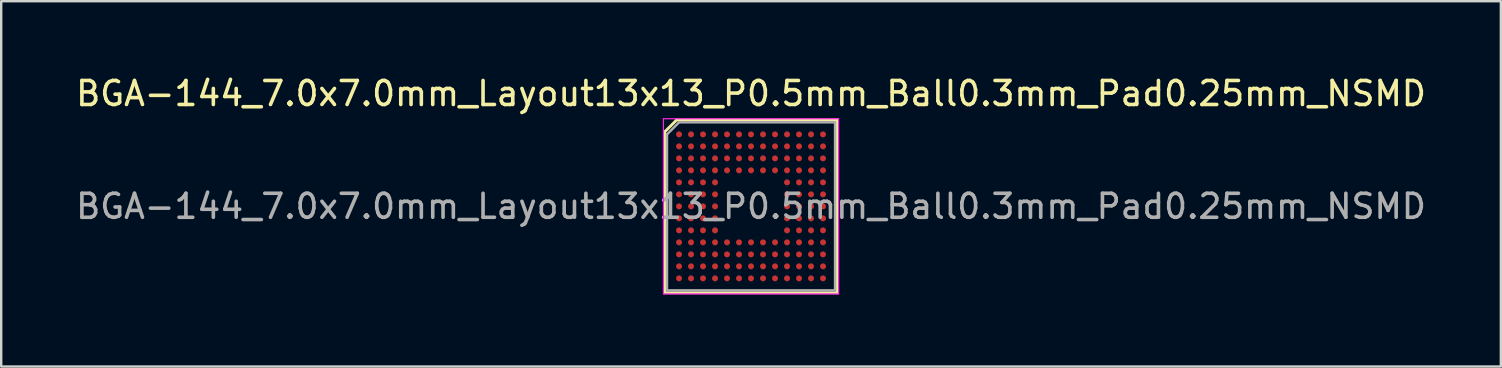
<source format=kicad_pcb>
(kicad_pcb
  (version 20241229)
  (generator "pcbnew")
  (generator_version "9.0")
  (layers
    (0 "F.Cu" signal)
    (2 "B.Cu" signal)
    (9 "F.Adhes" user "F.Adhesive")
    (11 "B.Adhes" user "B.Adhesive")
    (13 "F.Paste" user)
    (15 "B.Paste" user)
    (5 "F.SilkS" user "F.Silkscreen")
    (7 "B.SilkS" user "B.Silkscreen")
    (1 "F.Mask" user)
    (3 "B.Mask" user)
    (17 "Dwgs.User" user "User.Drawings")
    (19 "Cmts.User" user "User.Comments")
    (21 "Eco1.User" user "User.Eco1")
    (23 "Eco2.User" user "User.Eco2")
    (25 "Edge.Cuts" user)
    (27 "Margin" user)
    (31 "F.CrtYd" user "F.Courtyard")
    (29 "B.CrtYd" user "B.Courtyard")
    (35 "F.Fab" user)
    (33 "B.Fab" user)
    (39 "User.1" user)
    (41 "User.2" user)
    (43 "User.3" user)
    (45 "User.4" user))
  (footprint "BGA-144_7.0x7.0mm_Layout13x13_P0.5mm_Ball0.3mm_Pad0.25mm_NSMD"
    (layer "F.Cu")
    (at 28.244 5.548)
    (property "Reference" "BGA-144_7.0x7.0mm_Layout13x13_P0.5mm_Ball0.3mm_Pad0.25mm_NSMD" (at 0 -4.7 0) (layer "F.SilkS") (effects (font (size 1 1) (thickness 0.15))))
    (attr smd)
    (fp_line (start -3.6 -3.1) (end -3.6 3.6) (stroke (width 0.12) (type solid)) (layer "F.SilkS"))
    (fp_line (start -3.6 3.6) (end 3.6 3.6) (stroke (width 0.12) (type solid)) (layer "F.SilkS"))
    (fp_line (start -3.1 -3.6) (end -3.6 -3.1) (stroke (width 0.12) (type solid)) (layer "F.SilkS"))
    (fp_line (start 3.6 -3.6) (end -3.1 -3.6) (stroke (width 0.12) (type solid)) (layer "F.SilkS"))
    (fp_line (start 3.6 3.6) (end 3.6 -3.6) (stroke (width 0.12) (type solid)) (layer "F.SilkS"))
    (fp_line (start -3.65 -3.65) (end 3.65 -3.65) (stroke (width 0.05) (type solid)) (layer "F.CrtYd"))
    (fp_line (start -3.65 3.65) (end -3.65 -3.65) (stroke (width 0.05) (type solid)) (layer "F.CrtYd"))
    (fp_line (start 3.65 -3.65) (end 3.65 3.65) (stroke (width 0.05) (type solid)) (layer "F.CrtYd"))
    (fp_line (start 3.65 3.65) (end -3.65 3.65) (stroke (width 0.05) (type solid)) (layer "F.CrtYd"))
    (fp_line (start -3.5 -3) (end -3.5 3.5) (stroke (width 0.1) (type solid)) (layer "F.Fab"))
    (fp_line (start -3.5 3.5) (end 3.5 3.5) (stroke (width 0.1) (type solid)) (layer "F.Fab"))
    (fp_line (start -3 -3.5) (end -3.5 -3) (stroke (width 0.1) (type solid)) (layer "F.Fab"))
    (fp_line (start 3.5 -3.5) (end -3 -3.5) (stroke (width 0.1) (type solid)) (layer "F.Fab"))
    (fp_line (start 3.5 3.5) (end 3.5 -3.5) (stroke (width 0.1) (type solid)) (layer "F.Fab"))
    (fp_text user "${REFERENCE}" (at 0 0 0) (layer "F.Fab") (effects (font (size 1 1) (thickness 0.15))))
    (pad "A1" smd circle (at -3 -3) (size 0.25 0.25) (layers "F.Cu" "F.Mask" "F.Paste"))
    (pad "A2" smd circle (at -2.5 -3) (size 0.25 0.25) (layers "F.Cu" "F.Mask" "F.Paste"))
    (pad "A3" smd circle (at -2 -3) (size 0.25 0.25) (layers "F.Cu" "F.Mask" "F.Paste"))
    (pad "A4" smd circle (at -1.5 -3) (size 0.25 0.25) (layers "F.Cu" "F.Mask" "F.Paste"))
    (pad "A5" smd circle (at -1 -3) (size 0.25 0.25) (layers "F.Cu" "F.Mask" "F.Paste"))
    (pad "A6" smd circle (at -0.5 -3) (size 0.25 0.25) (layers "F.Cu" "F.Mask" "F.Paste"))
    (pad "A7" smd circle (at 0 -3) (size 0.25 0.25) (layers "F.Cu" "F.Mask" "F.Paste"))
    (pad "A8" smd circle (at 0.5 -3) (size 0.25 0.25) (layers "F.Cu" "F.Mask" "F.Paste"))
    (pad "A9" smd circle (at 1 -3) (size 0.25 0.25) (layers "F.Cu" "F.Mask" "F.Paste"))
    (pad "A10" smd circle (at 1.5 -3) (size 0.25 0.25) (layers "F.Cu" "F.Mask" "F.Paste"))
    (pad "A11" smd circle (at 2 -3) (size 0.25 0.25) (layers "F.Cu" "F.Mask" "F.Paste"))
    (pad "A12" smd circle (at 2.5 -3) (size 0.25 0.25) (layers "F.Cu" "F.Mask" "F.Paste"))
    (pad "A13" smd circle (at 3 -3) (size 0.25 0.25) (layers "F.Cu" "F.Mask" "F.Paste"))
    (pad "B1" smd circle (at -3 -2.5) (size 0.25 0.25) (layers "F.Cu" "F.Mask" "F.Paste"))
    (pad "B2" smd circle (at -2.5 -2.5) (size 0.25 0.25) (layers "F.Cu" "F.Mask" "F.Paste"))
    (pad "B3" smd circle (at -2 -2.5) (size 0.25 0.25) (layers "F.Cu" "F.Mask" "F.Paste"))
    (pad "B4" smd circle (at -1.5 -2.5) (size 0.25 0.25) (layers "F.Cu" "F.Mask" "F.Paste"))
    (pad "B5" smd circle (at -1 -2.5) (size 0.25 0.25) (layers "F.Cu" "F.Mask" "F.Paste"))
    (pad "B6" smd circle (at -0.5 -2.5) (size 0.25 0.25) (layers "F.Cu" "F.Mask" "F.Paste"))
    (pad "B7" smd circle (at 0 -2.5) (size 0.25 0.25) (layers "F.Cu" "F.Mask" "F.Paste"))
    (pad "B8" smd circle (at 0.5 -2.5) (size 0.25 0.25) (layers "F.Cu" "F.Mask" "F.Paste"))
    (pad "B9" smd circle (at 1 -2.5) (size 0.25 0.25) (layers "F.Cu" "F.Mask" "F.Paste"))
    (pad "B10" smd circle (at 1.5 -2.5) (size 0.25 0.25) (layers "F.Cu" "F.Mask" "F.Paste"))
    (pad "B11" smd circle (at 2 -2.5) (size 0.25 0.25) (layers "F.Cu" "F.Mask" "F.Paste"))
    (pad "B12" smd circle (at 2.5 -2.5) (size 0.25 0.25) (layers "F.Cu" "F.Mask" "F.Paste"))
    (pad "B13" smd circle (at 3 -2.5) (size 0.25 0.25) (layers "F.Cu" "F.Mask" "F.Paste"))
    (pad "C1" smd circle (at -3 -2) (size 0.25 0.25) (layers "F.Cu" "F.Mask" "F.Paste"))
    (pad "C2" smd circle (at -2.5 -2) (size 0.25 0.25) (layers "F.Cu" "F.Mask" "F.Paste"))
    (pad "C3" smd circle (at -2 -2) (size 0.25 0.25) (layers "F.Cu" "F.Mask" "F.Paste"))
    (pad "C4" smd circle (at -1.5 -2) (size 0.25 0.25) (layers "F.Cu" "F.Mask" "F.Paste"))
    (pad "C5" smd circle (at -1 -2) (size 0.25 0.25) (layers "F.Cu" "F.Mask" "F.Paste"))
    (pad "C6" smd circle (at -0.5 -2) (size 0.25 0.25) (layers "F.Cu" "F.Mask" "F.Paste"))
    (pad "C7" smd circle (at 0 -2) (size 0.25 0.25) (layers "F.Cu" "F.Mask" "F.Paste"))
    (pad "C8" smd circle (at 0.5 -2) (size 0.25 0.25) (layers "F.Cu" "F.Mask" "F.Paste"))
    (pad "C9" smd circle (at 1 -2) (size 0.25 0.25) (layers "F.Cu" "F.Mask" "F.Paste"))
    (pad "C10" smd circle (at 1.5 -2) (size 0.25 0.25) (layers "F.Cu" "F.Mask" "F.Paste"))
    (pad "C11" smd circle (at 2 -2) (size 0.25 0.25) (layers "F.Cu" "F.Mask" "F.Paste"))
    (pad "C12" smd circle (at 2.5 -2) (size 0.25 0.25) (layers "F.Cu" "F.Mask" "F.Paste"))
    (pad "C13" smd circle (at 3 -2) (size 0.25 0.25) (layers "F.Cu" "F.Mask" "F.Paste"))
    (pad "D1" smd circle (at -3 -1.5) (size 0.25 0.25) (layers "F.Cu" "F.Mask" "F.Paste"))
    (pad "D2" smd circle (at -2.5 -1.5) (size 0.25 0.25) (layers "F.Cu" "F.Mask" "F.Paste"))
    (pad "D3" smd circle (at -2 -1.5) (size 0.25 0.25) (layers "F.Cu" "F.Mask" "F.Paste"))
    (pad "D4" smd circle (at -1.5 -1.5) (size 0.25 0.25) (layers "F.Cu" "F.Mask" "F.Paste"))
    (pad "D5" smd circle (at -1 -1.5) (size 0.25 0.25) (layers "F.Cu" "F.Mask" "F.Paste"))
    (pad "D6" smd circle (at -0.5 -1.5) (size 0.25 0.25) (layers "F.Cu" "F.Mask" "F.Paste"))
    (pad "D7" smd circle (at 0 -1.5) (size 0.25 0.25) (layers "F.Cu" "F.Mask" "F.Paste"))
    (pad "D8" smd circle (at 0.5 -1.5) (size 0.25 0.25) (layers "F.Cu" "F.Mask" "F.Paste"))
    (pad "D9" smd circle (at 1 -1.5) (size 0.25 0.25) (layers "F.Cu" "F.Mask" "F.Paste"))
    (pad "D10" smd circle (at 1.5 -1.5) (size 0.25 0.25) (layers "F.Cu" "F.Mask" "F.Paste"))
    (pad "D11" smd circle (at 2 -1.5) (size 0.25 0.25) (layers "F.Cu" "F.Mask" "F.Paste"))
    (pad "D12" smd circle (at 2.5 -1.5) (size 0.25 0.25) (layers "F.Cu" "F.Mask" "F.Paste"))
    (pad "D13" smd circle (at 3 -1.5) (size 0.25 0.25) (layers "F.Cu" "F.Mask" "F.Paste"))
    (pad "E1" smd circle (at -3 -1) (size 0.25 0.25) (layers "F.Cu" "F.Mask" "F.Paste"))
    (pad "E2" smd circle (at -2.5 -1) (size 0.25 0.25) (layers "F.Cu" "F.Mask" "F.Paste"))
    (pad "E3" smd circle (at -2 -1) (size 0.25 0.25) (layers "F.Cu" "F.Mask" "F.Paste"))
    (pad "E4" smd circle (at -1.5 -1) (size 0.25 0.25) (layers "F.Cu" "F.Mask" "F.Paste"))
    (pad "E10" smd circle (at 1.5 -1) (size 0.25 0.25) (layers "F.Cu" "F.Mask" "F.Paste"))
    (pad "E11" smd circle (at 2 -1) (size 0.25 0.25) (layers "F.Cu" "F.Mask" "F.Paste"))
    (pad "E12" smd circle (at 2.5 -1) (size 0.25 0.25) (layers "F.Cu" "F.Mask" "F.Paste"))
    (pad "E13" smd circle (at 3 -1) (size 0.25 0.25) (layers "F.Cu" "F.Mask" "F.Paste"))
    (pad "F1" smd circle (at -3 -0.5) (size 0.25 0.25) (layers "F.Cu" "F.Mask" "F.Paste"))
    (pad "F2" smd circle (at -2.5 -0.5) (size 0.25 0.25) (layers "F.Cu" "F.Mask" "F.Paste"))
    (pad "F3" smd circle (at -2 -0.5) (size 0.25 0.25) (layers "F.Cu" "F.Mask" "F.Paste"))
    (pad "F4" smd circle (at -1.5 -0.5) (size 0.25 0.25) (layers "F.Cu" "F.Mask" "F.Paste"))
    (pad "F10" smd circle (at 1.5 -0.5) (size 0.25 0.25) (layers "F.Cu" "F.Mask" "F.Paste"))
    (pad "F11" smd circle (at 2 -0.5) (size 0.25 0.25) (layers "F.Cu" "F.Mask" "F.Paste"))
    (pad "F12" smd circle (at 2.5 -0.5) (size 0.25 0.25) (layers "F.Cu" "F.Mask" "F.Paste"))
    (pad "F13" smd circle (at 3 -0.5) (size 0.25 0.25) (layers "F.Cu" "F.Mask" "F.Paste"))
    (pad "G1" smd circle (at -3 0) (size 0.25 0.25) (layers "F.Cu" "F.Mask" "F.Paste"))
    (pad "G2" smd circle (at -2.5 0) (size 0.25 0.25) (layers "F.Cu" "F.Mask" "F.Paste"))
    (pad "G3" smd circle (at -2 0) (size 0.25 0.25) (layers "F.Cu" "F.Mask" "F.Paste"))
    (pad "G4" smd circle (at -1.5 0) (size 0.25 0.25) (layers "F.Cu" "F.Mask" "F.Paste"))
    (pad "G10" smd circle (at 1.5 0) (size 0.25 0.25) (layers "F.Cu" "F.Mask" "F.Paste"))
    (pad "G11" smd circle (at 2 0) (size 0.25 0.25) (layers "F.Cu" "F.Mask" "F.Paste"))
    (pad "G12" smd circle (at 2.5 0) (size 0.25 0.25) (layers "F.Cu" "F.Mask" "F.Paste"))
    (pad "G13" smd circle (at 3 0) (size 0.25 0.25) (layers "F.Cu" "F.Mask" "F.Paste"))
    (pad "H1" smd circle (at -3 0.5) (size 0.25 0.25) (layers "F.Cu" "F.Mask" "F.Paste"))
    (pad "H2" smd circle (at -2.5 0.5) (size 0.25 0.25) (layers "F.Cu" "F.Mask" "F.Paste"))
    (pad "H3" smd circle (at -2 0.5) (size 0.25 0.25) (layers "F.Cu" "F.Mask" "F.Paste"))
    (pad "H4" smd circle (at -1.5 0.5) (size 0.25 0.25) (layers "F.Cu" "F.Mask" "F.Paste"))
    (pad "H10" smd circle (at 1.5 0.5) (size 0.25 0.25) (layers "F.Cu" "F.Mask" "F.Paste"))
    (pad "H11" smd circle (at 2 0.5) (size 0.25 0.25) (layers "F.Cu" "F.Mask" "F.Paste"))
    (pad "H12" smd circle (at 2.5 0.5) (size 0.25 0.25) (layers "F.Cu" "F.Mask" "F.Paste"))
    (pad "H13" smd circle (at 3 0.5) (size 0.25 0.25) (layers "F.Cu" "F.Mask" "F.Paste"))
    (pad "J1" smd circle (at -3 1) (size 0.25 0.25) (layers "F.Cu" "F.Mask" "F.Paste"))
    (pad "J2" smd circle (at -2.5 1) (size 0.25 0.25) (layers "F.Cu" "F.Mask" "F.Paste"))
    (pad "J3" smd circle (at -2 1) (size 0.25 0.25) (layers "F.Cu" "F.Mask" "F.Paste"))
    (pad "J4" smd circle (at -1.5 1) (size 0.25 0.25) (layers "F.Cu" "F.Mask" "F.Paste"))
    (pad "J10" smd circle (at 1.5 1) (size 0.25 0.25) (layers "F.Cu" "F.Mask" "F.Paste"))
    (pad "J11" smd circle (at 2 1) (size 0.25 0.25) (layers "F.Cu" "F.Mask" "F.Paste"))
    (pad "J12" smd circle (at 2.5 1) (size 0.25 0.25) (layers "F.Cu" "F.Mask" "F.Paste"))
    (pad "J13" smd circle (at 3 1) (size 0.25 0.25) (layers "F.Cu" "F.Mask" "F.Paste"))
    (pad "K1" smd circle (at -3 1.5) (size 0.25 0.25) (layers "F.Cu" "F.Mask" "F.Paste"))
    (pad "K2" smd circle (at -2.5 1.5) (size 0.25 0.25) (layers "F.Cu" "F.Mask" "F.Paste"))
    (pad "K3" smd circle (at -2 1.5) (size 0.25 0.25) (layers "F.Cu" "F.Mask" "F.Paste"))
    (pad "K4" smd circle (at -1.5 1.5) (size 0.25 0.25) (layers "F.Cu" "F.Mask" "F.Paste"))
    (pad "K5" smd circle (at -1 1.5) (size 0.25 0.25) (layers "F.Cu" "F.Mask" "F.Paste"))
    (pad "K6" smd circle (at -0.5 1.5) (size 0.25 0.25) (layers "F.Cu" "F.Mask" "F.Paste"))
    (pad "K7" smd circle (at 0 1.5) (size 0.25 0.25) (layers "F.Cu" "F.Mask" "F.Paste"))
    (pad "K8" smd circle (at 0.5 1.5) (size 0.25 0.25) (layers "F.Cu" "F.Mask" "F.Paste"))
    (pad "K9" smd circle (at 1 1.5) (size 0.25 0.25) (layers "F.Cu" "F.Mask" "F.Paste"))
    (pad "K10" smd circle (at 1.5 1.5) (size 0.25 0.25) (layers "F.Cu" "F.Mask" "F.Paste"))
    (pad "K11" smd circle (at 2 1.5) (size 0.25 0.25) (layers "F.Cu" "F.Mask" "F.Paste"))
    (pad "K12" smd circle (at 2.5 1.5) (size 0.25 0.25) (layers "F.Cu" "F.Mask" "F.Paste"))
    (pad "K13" smd circle (at 3 1.5) (size 0.25 0.25) (layers "F.Cu" "F.Mask" "F.Paste"))
    (pad "L1" smd circle (at -3 2) (size 0.25 0.25) (layers "F.Cu" "F.Mask" "F.Paste"))
    (pad "L2" smd circle (at -2.5 2) (size 0.25 0.25) (layers "F.Cu" "F.Mask" "F.Paste"))
    (pad "L3" smd circle (at -2 2) (size 0.25 0.25) (layers "F.Cu" "F.Mask" "F.Paste"))
    (pad "L4" smd circle (at -1.5 2) (size 0.25 0.25) (layers "F.Cu" "F.Mask" "F.Paste"))
    (pad "L5" smd circle (at -1 2) (size 0.25 0.25) (layers "F.Cu" "F.Mask" "F.Paste"))
    (pad "L6" smd circle (at -0.5 2) (size 0.25 0.25) (layers "F.Cu" "F.Mask" "F.Paste"))
    (pad "L7" smd circle (at 0 2) (size 0.25 0.25) (layers "F.Cu" "F.Mask" "F.Paste"))
    (pad "L8" smd circle (at 0.5 2) (size 0.25 0.25) (layers "F.Cu" "F.Mask" "F.Paste"))
    (pad "L9" smd circle (at 1 2) (size 0.25 0.25) (layers "F.Cu" "F.Mask" "F.Paste"))
    (pad "L10" smd circle (at 1.5 2) (size 0.25 0.25) (layers "F.Cu" "F.Mask" "F.Paste"))
    (pad "L11" smd circle (at 2 2) (size 0.25 0.25) (layers "F.Cu" "F.Mask" "F.Paste"))
    (pad "L12" smd circle (at 2.5 2) (size 0.25 0.25) (layers "F.Cu" "F.Mask" "F.Paste"))
    (pad "L13" smd circle (at 3 2) (size 0.25 0.25) (layers "F.Cu" "F.Mask" "F.Paste"))
    (pad "M1" smd circle (at -3 2.5) (size 0.25 0.25) (layers "F.Cu" "F.Mask" "F.Paste"))
    (pad "M2" smd circle (at -2.5 2.5) (size 0.25 0.25) (layers "F.Cu" "F.Mask" "F.Paste"))
    (pad "M3" smd circle (at -2 2.5) (size 0.25 0.25) (layers "F.Cu" "F.Mask" "F.Paste"))
    (pad "M4" smd circle (at -1.5 2.5) (size 0.25 0.25) (layers "F.Cu" "F.Mask" "F.Paste"))
    (pad "M5" smd circle (at -1 2.5) (size 0.25 0.25) (layers "F.Cu" "F.Mask" "F.Paste"))
    (pad "M6" smd circle (at -0.5 2.5) (size 0.25 0.25) (layers "F.Cu" "F.Mask" "F.Paste"))
    (pad "M7" smd circle (at 0 2.5) (size 0.25 0.25) (layers "F.Cu" "F.Mask" "F.Paste"))
    (pad "M8" smd circle (at 0.5 2.5) (size 0.25 0.25) (layers "F.Cu" "F.Mask" "F.Paste"))
    (pad "M9" smd circle (at 1 2.5) (size 0.25 0.25) (layers "F.Cu" "F.Mask" "F.Paste"))
    (pad "M10" smd circle (at 1.5 2.5) (size 0.25 0.25) (layers "F.Cu" "F.Mask" "F.Paste"))
    (pad "M11" smd circle (at 2 2.5) (size 0.25 0.25) (layers "F.Cu" "F.Mask" "F.Paste"))
    (pad "M12" smd circle (at 2.5 2.5) (size 0.25 0.25) (layers "F.Cu" "F.Mask" "F.Paste"))
    (pad "M13" smd circle (at 3 2.5) (size 0.25 0.25) (layers "F.Cu" "F.Mask" "F.Paste"))
    (pad "N1" smd circle (at -3 3) (size 0.25 0.25) (layers "F.Cu" "F.Mask" "F.Paste"))
    (pad "N2" smd circle (at -2.5 3) (size 0.25 0.25) (layers "F.Cu" "F.Mask" "F.Paste"))
    (pad "N3" smd circle (at -2 3) (size 0.25 0.25) (layers "F.Cu" "F.Mask" "F.Paste"))
    (pad "N4" smd circle (at -1.5 3) (size 0.25 0.25) (layers "F.Cu" "F.Mask" "F.Paste"))
    (pad "N5" smd circle (at -1 3) (size 0.25 0.25) (layers "F.Cu" "F.Mask" "F.Paste"))
    (pad "N6" smd circle (at -0.5 3) (size 0.25 0.25) (layers "F.Cu" "F.Mask" "F.Paste"))
    (pad "N7" smd circle (at 0 3) (size 0.25 0.25) (layers "F.Cu" "F.Mask" "F.Paste"))
    (pad "N8" smd circle (at 0.5 3) (size 0.25 0.25) (layers "F.Cu" "F.Mask" "F.Paste"))
    (pad "N9" smd circle (at 1 3) (size 0.25 0.25) (layers "F.Cu" "F.Mask" "F.Paste"))
    (pad "N10" smd circle (at 1.5 3) (size 0.25 0.25) (layers "F.Cu" "F.Mask" "F.Paste"))
    (pad "N11" smd circle (at 2 3) (size 0.25 0.25) (layers "F.Cu" "F.Mask" "F.Paste"))
    (pad "N12" smd circle (at 2.5 3) (size 0.25 0.25) (layers "F.Cu" "F.Mask" "F.Paste"))
    (pad "N13" smd circle (at 3 3) (size 0.25 0.25) (layers "F.Cu" "F.Mask" "F.Paste")))
  (gr_rect
    (start -3 -3)
    (end 59.488 12.223)
    (stroke (width 0.1) (type default))
    (fill no)
    (layer "Edge.Cuts")))
</source>
